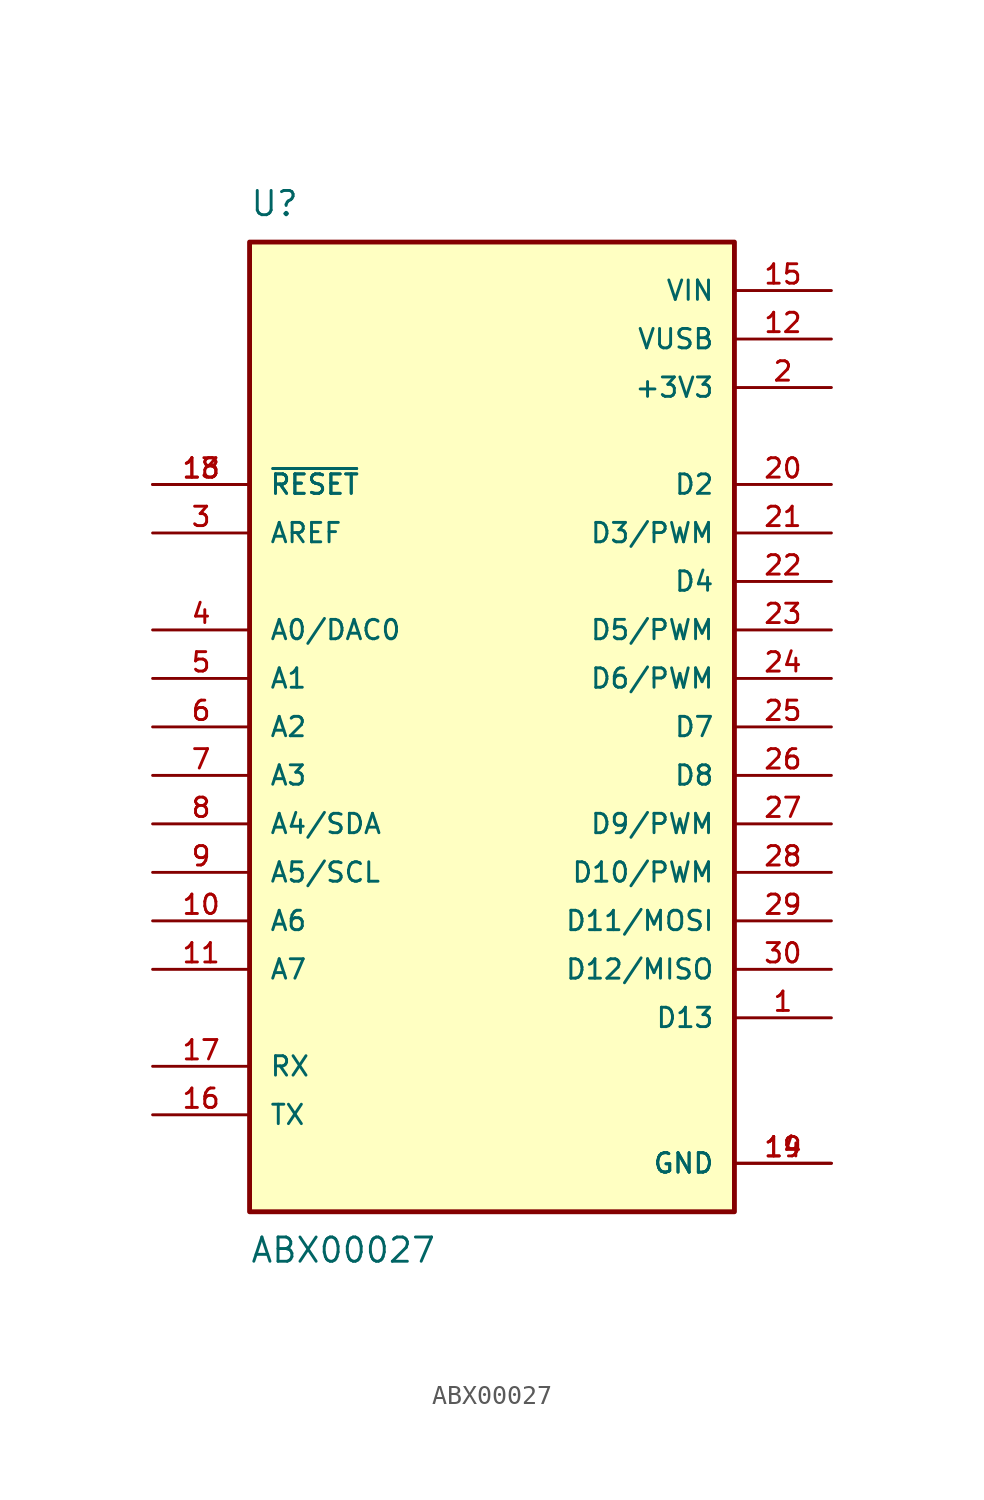
<source format=kicad_sym>
(kicad_symbol_lib
  (version 20211014)
  (generator kicad_symbol_editor)
  (symbol "ABX00027"
    (pin_names
      (offset 1.016))
    (property "Reference" "U"
      (at -12.7 26.67 0)
      (effects (font (size 1.27 1.27)) (justify bottom left)))
    (property "Value" "ABX00027"
      (at -12.7 -26.67 0)
      (effects (font (size 1.27 1.27)) (justify top left)))
    (symbol "ABX00027_0_0"
      (rectangle (start -12.7 -25.4) (end 12.7 25.4) (stroke (width 0.254)) (fill (type background)))
      (pin bidirectional line (at 17.78 -15.24 180.0) (length 5.08) (name "D13" (effects (font (size 1.016 1.016)))) (number "1" (effects (font (size 1.016 1.016)))))
      (pin power_in line (at 17.78 17.78 180.0) (length 5.08) (name "+3V3" (effects (font (size 1.016 1.016)))) (number "2" (effects (font (size 1.016 1.016)))))
      (pin input line (at -17.78 10.16 0) (length 5.08) (name "AREF" (effects (font (size 1.016 1.016)))) (number "3" (effects (font (size 1.016 1.016)))))
      (pin bidirectional line (at -17.78 5.08 0) (length 5.08) (name "A0/DAC0" (effects (font (size 1.016 1.016)))) (number "4" (effects (font (size 1.016 1.016)))))
      (pin power_in line (at 17.78 20.32 180.0) (length 5.08) (name "VUSB" (effects (font (size 1.016 1.016)))) (number "12" (effects (font (size 1.016 1.016)))))
      (pin input line (at -17.78 12.7 0) (length 5.08) (name "~{RESET}" (effects (font (size 1.016 1.016)))) (number "13" (effects (font (size 1.016 1.016)))))
      (pin input line (at -17.78 12.7 0) (length 5.08) (name "~{RESET}" (effects (font (size 1.016 1.016)))) (number "18" (effects (font (size 1.016 1.016)))))
      (pin power_in line (at 17.78 -22.86 180.0) (length 5.08) (name "GND" (effects (font (size 1.016 1.016)))) (number "14" (effects (font (size 1.016 1.016)))))
      (pin power_in line (at 17.78 -22.86 180.0) (length 5.08) (name "GND" (effects (font (size 1.016 1.016)))) (number "19" (effects (font (size 1.016 1.016)))))
      (pin power_in line (at 17.78 22.86 180.0) (length 5.08) (name "VIN" (effects (font (size 1.016 1.016)))) (number "15" (effects (font (size 1.016 1.016)))))
      (pin input line (at -17.78 2.54 0) (length 5.08) (name "A1" (effects (font (size 1.016 1.016)))) (number "5" (effects (font (size 1.016 1.016)))))
      (pin input line (at -17.78 0.0 0) (length 5.08) (name "A2" (effects (font (size 1.016 1.016)))) (number "6" (effects (font (size 1.016 1.016)))))
      (pin input line (at -17.78 -2.54 0) (length 5.08) (name "A3" (effects (font (size 1.016 1.016)))) (number "7" (effects (font (size 1.016 1.016)))))
      (pin input line (at -17.78 -5.08 0) (length 5.08) (name "A4/SDA" (effects (font (size 1.016 1.016)))) (number "8" (effects (font (size 1.016 1.016)))))
      (pin input line (at -17.78 -7.62 0) (length 5.08) (name "A5/SCL" (effects (font (size 1.016 1.016)))) (number "9" (effects (font (size 1.016 1.016)))))
      (pin input line (at -17.78 -10.16 0) (length 5.08) (name "A6" (effects (font (size 1.016 1.016)))) (number "10" (effects (font (size 1.016 1.016)))))
      (pin input line (at -17.78 -12.7 0) (length 5.08) (name "A7" (effects (font (size 1.016 1.016)))) (number "11" (effects (font (size 1.016 1.016)))))
      (pin bidirectional line (at -17.78 -20.32 0) (length 5.08) (name "TX" (effects (font (size 1.016 1.016)))) (number "16" (effects (font (size 1.016 1.016)))))
      (pin bidirectional line (at -17.78 -17.78 0) (length 5.08) (name "RX" (effects (font (size 1.016 1.016)))) (number "17" (effects (font (size 1.016 1.016)))))
      (pin bidirectional line (at 17.78 12.7 180.0) (length 5.08) (name "D2" (effects (font (size 1.016 1.016)))) (number "20" (effects (font (size 1.016 1.016)))))
      (pin bidirectional line (at 17.78 10.16 180.0) (length 5.08) (name "D3/PWM" (effects (font (size 1.016 1.016)))) (number "21" (effects (font (size 1.016 1.016)))))
      (pin bidirectional line (at 17.78 7.62 180.0) (length 5.08) (name "D4" (effects (font (size 1.016 1.016)))) (number "22" (effects (font (size 1.016 1.016)))))
      (pin bidirectional line (at 17.78 5.08 180.0) (length 5.08) (name "D5/PWM" (effects (font (size 1.016 1.016)))) (number "23" (effects (font (size 1.016 1.016)))))
      (pin bidirectional line (at 17.78 2.54 180.0) (length 5.08) (name "D6/PWM" (effects (font (size 1.016 1.016)))) (number "24" (effects (font (size 1.016 1.016)))))
      (pin bidirectional line (at 17.78 -2.54 180.0) (length 5.08) (name "D8" (effects (font (size 1.016 1.016)))) (number "26" (effects (font (size 1.016 1.016)))))
      (pin bidirectional line (at 17.78 0.0 180.0) (length 5.08) (name "D7" (effects (font (size 1.016 1.016)))) (number "25" (effects (font (size 1.016 1.016)))))
      (pin bidirectional line (at 17.78 -5.08 180.0) (length 5.08) (name "D9/PWM" (effects (font (size 1.016 1.016)))) (number "27" (effects (font (size 1.016 1.016)))))
      (pin bidirectional line (at 17.78 -7.62 180.0) (length 5.08) (name "D10/PWM" (effects (font (size 1.016 1.016)))) (number "28" (effects (font (size 1.016 1.016)))))
      (pin bidirectional line (at 17.78 -10.16 180.0) (length 5.08) (name "D11/MOSI" (effects (font (size 1.016 1.016)))) (number "29" (effects (font (size 1.016 1.016)))))
      (pin bidirectional line (at 17.78 -12.7 180.0) (length 5.08) (name "D12/MISO" (effects (font (size 1.016 1.016)))) (number "30" (effects (font (size 1.016 1.016))))))))
</source>
